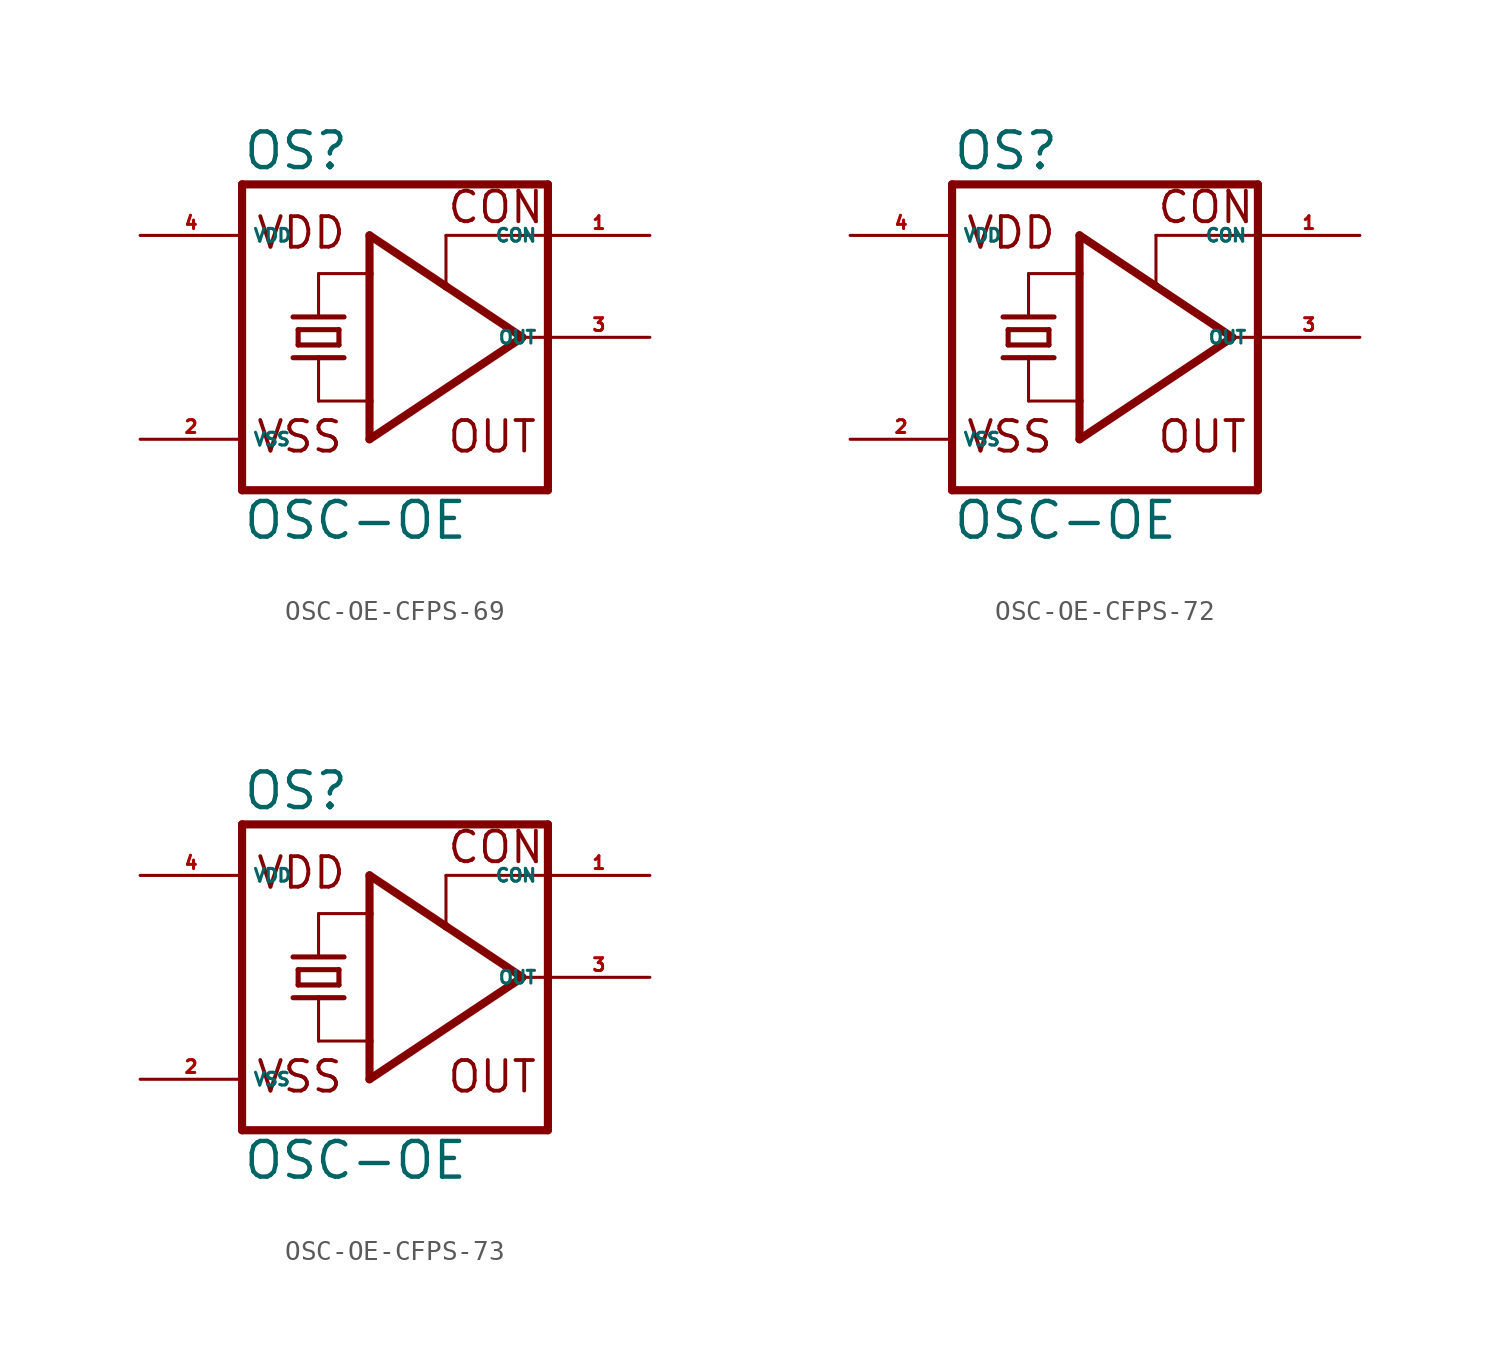
<source format=kicad_sym>
(kicad_symbol_lib
  (version 20220914)
  (generator Eagle2Kicad)
  (symbol "OSC-OE-CFPS-69"
    (property "Reference" "OS"
      (at -7.62 8.255 0)
      (effects (font (size 1.778 1.778) (thickness 0.22)) (justify left bottom)))
    (property "Value" "OSC-OE"
      (at -7.62 -10.16 0)
      (effects (font (size 1.778 1.778) (thickness 0.22)) (justify left bottom)))
    (polyline
      (pts (xy -7.62 7.62) (xy -7.62 -7.62))
      (stroke (width 0.406) (type default))
      (fill (type none)))
    (polyline
      (pts (xy 7.62 -7.62) (xy -7.62 -7.62))
      (stroke (width 0.406) (type default))
      (fill (type none)))
    (polyline
      (pts (xy 7.62 -7.62) (xy 7.62 0))
      (stroke (width 0.406) (type default))
      (fill (type none)))
    (polyline
      (pts (xy 7.62 0) (xy 7.62 5.08))
      (stroke (width 0.406) (type default))
      (fill (type none)))
    (polyline
      (pts (xy 7.62 5.08) (xy 7.62 7.62))
      (stroke (width 0.406) (type default))
      (fill (type none)))
    (polyline
      (pts (xy -7.62 7.62) (xy 7.62 7.62))
      (stroke (width 0.406) (type default))
      (fill (type none)))
    (polyline
      (pts (xy -1.27 5.08) (xy 2.54 2.54))
      (stroke (width 0.406) (type default))
      (fill (type none)))
    (polyline
      (pts (xy 2.54 2.54) (xy 6.35 0))
      (stroke (width 0.406) (type default))
      (fill (type none)))
    (polyline
      (pts (xy 6.35 0) (xy -1.27 -5.08))
      (stroke (width 0.406) (type default))
      (fill (type none)))
    (polyline
      (pts (xy -1.27 -5.08) (xy -1.27 -3.175))
      (stroke (width 0.406) (type default))
      (fill (type none)))
    (polyline
      (pts (xy -1.27 -3.175) (xy -1.27 3.175))
      (stroke (width 0.406) (type default))
      (fill (type none)))
    (polyline
      (pts (xy -1.27 3.175) (xy -1.27 5.08))
      (stroke (width 0.406) (type default))
      (fill (type none)))
    (polyline
      (pts (xy -3.81 3.175) (xy -1.27 3.175))
      (stroke (width 0.152) (type default))
      (fill (type none)))
    (polyline
      (pts (xy -3.81 -3.175) (xy -1.27 -3.175))
      (stroke (width 0.152) (type default))
      (fill (type none)))
    (polyline
      (pts (xy 6.35 0) (xy 7.62 0))
      (stroke (width 0.152) (type default))
      (fill (type none)))
    (polyline
      (pts (xy 7.62 5.08) (xy 2.54 5.08))
      (stroke (width 0.152) (type default))
      (fill (type none)))
    (polyline
      (pts (xy 2.54 5.08) (xy 2.54 2.54))
      (stroke (width 0.152) (type default))
      (fill (type none)))
    (polyline
      (pts (xy -4.826 -0.381) (xy -4.826 0.381))
      (stroke (width 0.254) (type default))
      (fill (type none)))
    (polyline
      (pts (xy -4.826 0.381) (xy -2.794 0.381))
      (stroke (width 0.254) (type default))
      (fill (type none)))
    (polyline
      (pts (xy -2.794 0.381) (xy -2.794 -0.381))
      (stroke (width 0.254) (type default))
      (fill (type none)))
    (polyline
      (pts (xy -4.826 -0.381) (xy -2.794 -0.381))
      (stroke (width 0.254) (type default))
      (fill (type none)))
    (polyline
      (pts (xy -5.08 -1.016) (xy -3.81 -1.016))
      (stroke (width 0.254) (type default))
      (fill (type none)))
    (polyline
      (pts (xy -3.81 -1.016) (xy -2.54 -1.016))
      (stroke (width 0.254) (type default))
      (fill (type none)))
    (polyline
      (pts (xy -3.81 1.016) (xy -3.81 3.175))
      (stroke (width 0.152) (type default))
      (fill (type none)))
    (polyline
      (pts (xy -3.81 -3.175) (xy -3.81 -1.016))
      (stroke (width 0.152) (type default))
      (fill (type none)))
    (polyline
      (pts (xy -5.08 1.016) (xy -2.54 1.016))
      (stroke (width 0.254) (type default))
      (fill (type none)))
    (text "VDD"
      (at -6.985 4.318 0)
      (effects (font (size 1.524 1.524) (thickness 0.19)) (justify left bottom)))
    (text "VSS"
      (at -6.985 -5.842 0)
      (effects (font (size 1.524 1.524) (thickness 0.19)) (justify left bottom)))
    (text "OUT"
      (at 2.54 -5.842 0)
      (effects (font (size 1.524 1.524) (thickness 0.19)) (justify left bottom)))
    (text "CON"
      (at 2.54 5.588 0)
      (effects (font (size 1.524 1.524) (thickness 0.19)) (justify left bottom)))
    (pin unspecified line
      (at -12.7 -5.08 0)
      (length 5.08)
      (name "VSS" (effects (font (size 0.635 0.635) (thickness 0.08)) (justify left bottom)))
      (number "2" (effects (font (size 0.635 0.635) (thickness 0.08)) (justify left bottom))))
    (pin unspecified line
      (at -12.7 5.08 0)
      (length 5.08)
      (name "VDD" (effects (font (size 0.635 0.635) (thickness 0.08)) (justify left bottom)))
      (number "4" (effects (font (size 0.635 0.635) (thickness 0.08)) (justify left bottom))))
    (pin output line
      (at 12.7 0 180)
      (length 5.08)
      (name "OUT" (effects (font (size 0.635 0.635) (thickness 0.08)) (justify left bottom)))
      (number "3" (effects (font (size 0.635 0.635) (thickness 0.08)) (justify left bottom))))
    (pin input line
      (at 12.7 5.08 180)
      (length 5.08)
      (name "CON" (effects (font (size 0.635 0.635) (thickness 0.08)) (justify left bottom)))
      (number "1" (effects (font (size 0.635 0.635) (thickness 0.08)) (justify left bottom)))))
  (symbol "OSC-OE-CFPS-72"
    (property "Reference" "OS"
      (at -7.62 8.255 0)
      (effects (font (size 1.778 1.778) (thickness 0.22)) (justify left bottom)))
    (property "Value" "OSC-OE"
      (at -7.62 -10.16 0)
      (effects (font (size 1.778 1.778) (thickness 0.22)) (justify left bottom)))
    (polyline
      (pts (xy -7.62 7.62) (xy -7.62 -7.62))
      (stroke (width 0.406) (type default))
      (fill (type none)))
    (polyline
      (pts (xy 7.62 -7.62) (xy -7.62 -7.62))
      (stroke (width 0.406) (type default))
      (fill (type none)))
    (polyline
      (pts (xy 7.62 -7.62) (xy 7.62 0))
      (stroke (width 0.406) (type default))
      (fill (type none)))
    (polyline
      (pts (xy 7.62 0) (xy 7.62 5.08))
      (stroke (width 0.406) (type default))
      (fill (type none)))
    (polyline
      (pts (xy 7.62 5.08) (xy 7.62 7.62))
      (stroke (width 0.406) (type default))
      (fill (type none)))
    (polyline
      (pts (xy -7.62 7.62) (xy 7.62 7.62))
      (stroke (width 0.406) (type default))
      (fill (type none)))
    (polyline
      (pts (xy -1.27 5.08) (xy 2.54 2.54))
      (stroke (width 0.406) (type default))
      (fill (type none)))
    (polyline
      (pts (xy 2.54 2.54) (xy 6.35 0))
      (stroke (width 0.406) (type default))
      (fill (type none)))
    (polyline
      (pts (xy 6.35 0) (xy -1.27 -5.08))
      (stroke (width 0.406) (type default))
      (fill (type none)))
    (polyline
      (pts (xy -1.27 -5.08) (xy -1.27 -3.175))
      (stroke (width 0.406) (type default))
      (fill (type none)))
    (polyline
      (pts (xy -1.27 -3.175) (xy -1.27 3.175))
      (stroke (width 0.406) (type default))
      (fill (type none)))
    (polyline
      (pts (xy -1.27 3.175) (xy -1.27 5.08))
      (stroke (width 0.406) (type default))
      (fill (type none)))
    (polyline
      (pts (xy -3.81 3.175) (xy -1.27 3.175))
      (stroke (width 0.152) (type default))
      (fill (type none)))
    (polyline
      (pts (xy -3.81 -3.175) (xy -1.27 -3.175))
      (stroke (width 0.152) (type default))
      (fill (type none)))
    (polyline
      (pts (xy 6.35 0) (xy 7.62 0))
      (stroke (width 0.152) (type default))
      (fill (type none)))
    (polyline
      (pts (xy 7.62 5.08) (xy 2.54 5.08))
      (stroke (width 0.152) (type default))
      (fill (type none)))
    (polyline
      (pts (xy 2.54 5.08) (xy 2.54 2.54))
      (stroke (width 0.152) (type default))
      (fill (type none)))
    (polyline
      (pts (xy -4.826 -0.381) (xy -4.826 0.381))
      (stroke (width 0.254) (type default))
      (fill (type none)))
    (polyline
      (pts (xy -4.826 0.381) (xy -2.794 0.381))
      (stroke (width 0.254) (type default))
      (fill (type none)))
    (polyline
      (pts (xy -2.794 0.381) (xy -2.794 -0.381))
      (stroke (width 0.254) (type default))
      (fill (type none)))
    (polyline
      (pts (xy -4.826 -0.381) (xy -2.794 -0.381))
      (stroke (width 0.254) (type default))
      (fill (type none)))
    (polyline
      (pts (xy -5.08 -1.016) (xy -3.81 -1.016))
      (stroke (width 0.254) (type default))
      (fill (type none)))
    (polyline
      (pts (xy -3.81 -1.016) (xy -2.54 -1.016))
      (stroke (width 0.254) (type default))
      (fill (type none)))
    (polyline
      (pts (xy -3.81 1.016) (xy -3.81 3.175))
      (stroke (width 0.152) (type default))
      (fill (type none)))
    (polyline
      (pts (xy -3.81 -3.175) (xy -3.81 -1.016))
      (stroke (width 0.152) (type default))
      (fill (type none)))
    (polyline
      (pts (xy -5.08 1.016) (xy -2.54 1.016))
      (stroke (width 0.254) (type default))
      (fill (type none)))
    (text "VDD"
      (at -6.985 4.318 0)
      (effects (font (size 1.524 1.524) (thickness 0.19)) (justify left bottom)))
    (text "VSS"
      (at -6.985 -5.842 0)
      (effects (font (size 1.524 1.524) (thickness 0.19)) (justify left bottom)))
    (text "OUT"
      (at 2.54 -5.842 0)
      (effects (font (size 1.524 1.524) (thickness 0.19)) (justify left bottom)))
    (text "CON"
      (at 2.54 5.588 0)
      (effects (font (size 1.524 1.524) (thickness 0.19)) (justify left bottom)))
    (pin unspecified line
      (at -12.7 -5.08 0)
      (length 5.08)
      (name "VSS" (effects (font (size 0.635 0.635) (thickness 0.08)) (justify left bottom)))
      (number "2" (effects (font (size 0.635 0.635) (thickness 0.08)) (justify left bottom))))
    (pin unspecified line
      (at -12.7 5.08 0)
      (length 5.08)
      (name "VDD" (effects (font (size 0.635 0.635) (thickness 0.08)) (justify left bottom)))
      (number "4" (effects (font (size 0.635 0.635) (thickness 0.08)) (justify left bottom))))
    (pin output line
      (at 12.7 0 180)
      (length 5.08)
      (name "OUT" (effects (font (size 0.635 0.635) (thickness 0.08)) (justify left bottom)))
      (number "3" (effects (font (size 0.635 0.635) (thickness 0.08)) (justify left bottom))))
    (pin input line
      (at 12.7 5.08 180)
      (length 5.08)
      (name "CON" (effects (font (size 0.635 0.635) (thickness 0.08)) (justify left bottom)))
      (number "1" (effects (font (size 0.635 0.635) (thickness 0.08)) (justify left bottom)))))
  (symbol "OSC-OE-CFPS-73"
    (property "Reference" "OS"
      (at -7.62 8.255 0)
      (effects (font (size 1.778 1.778) (thickness 0.22)) (justify left bottom)))
    (property "Value" "OSC-OE"
      (at -7.62 -10.16 0)
      (effects (font (size 1.778 1.778) (thickness 0.22)) (justify left bottom)))
    (polyline
      (pts (xy -7.62 7.62) (xy -7.62 -7.62))
      (stroke (width 0.406) (type default))
      (fill (type none)))
    (polyline
      (pts (xy 7.62 -7.62) (xy -7.62 -7.62))
      (stroke (width 0.406) (type default))
      (fill (type none)))
    (polyline
      (pts (xy 7.62 -7.62) (xy 7.62 0))
      (stroke (width 0.406) (type default))
      (fill (type none)))
    (polyline
      (pts (xy 7.62 0) (xy 7.62 5.08))
      (stroke (width 0.406) (type default))
      (fill (type none)))
    (polyline
      (pts (xy 7.62 5.08) (xy 7.62 7.62))
      (stroke (width 0.406) (type default))
      (fill (type none)))
    (polyline
      (pts (xy -7.62 7.62) (xy 7.62 7.62))
      (stroke (width 0.406) (type default))
      (fill (type none)))
    (polyline
      (pts (xy -1.27 5.08) (xy 2.54 2.54))
      (stroke (width 0.406) (type default))
      (fill (type none)))
    (polyline
      (pts (xy 2.54 2.54) (xy 6.35 0))
      (stroke (width 0.406) (type default))
      (fill (type none)))
    (polyline
      (pts (xy 6.35 0) (xy -1.27 -5.08))
      (stroke (width 0.406) (type default))
      (fill (type none)))
    (polyline
      (pts (xy -1.27 -5.08) (xy -1.27 -3.175))
      (stroke (width 0.406) (type default))
      (fill (type none)))
    (polyline
      (pts (xy -1.27 -3.175) (xy -1.27 3.175))
      (stroke (width 0.406) (type default))
      (fill (type none)))
    (polyline
      (pts (xy -1.27 3.175) (xy -1.27 5.08))
      (stroke (width 0.406) (type default))
      (fill (type none)))
    (polyline
      (pts (xy -3.81 3.175) (xy -1.27 3.175))
      (stroke (width 0.152) (type default))
      (fill (type none)))
    (polyline
      (pts (xy -3.81 -3.175) (xy -1.27 -3.175))
      (stroke (width 0.152) (type default))
      (fill (type none)))
    (polyline
      (pts (xy 6.35 0) (xy 7.62 0))
      (stroke (width 0.152) (type default))
      (fill (type none)))
    (polyline
      (pts (xy 7.62 5.08) (xy 2.54 5.08))
      (stroke (width 0.152) (type default))
      (fill (type none)))
    (polyline
      (pts (xy 2.54 5.08) (xy 2.54 2.54))
      (stroke (width 0.152) (type default))
      (fill (type none)))
    (polyline
      (pts (xy -4.826 -0.381) (xy -4.826 0.381))
      (stroke (width 0.254) (type default))
      (fill (type none)))
    (polyline
      (pts (xy -4.826 0.381) (xy -2.794 0.381))
      (stroke (width 0.254) (type default))
      (fill (type none)))
    (polyline
      (pts (xy -2.794 0.381) (xy -2.794 -0.381))
      (stroke (width 0.254) (type default))
      (fill (type none)))
    (polyline
      (pts (xy -4.826 -0.381) (xy -2.794 -0.381))
      (stroke (width 0.254) (type default))
      (fill (type none)))
    (polyline
      (pts (xy -5.08 -1.016) (xy -3.81 -1.016))
      (stroke (width 0.254) (type default))
      (fill (type none)))
    (polyline
      (pts (xy -3.81 -1.016) (xy -2.54 -1.016))
      (stroke (width 0.254) (type default))
      (fill (type none)))
    (polyline
      (pts (xy -3.81 1.016) (xy -3.81 3.175))
      (stroke (width 0.152) (type default))
      (fill (type none)))
    (polyline
      (pts (xy -3.81 -3.175) (xy -3.81 -1.016))
      (stroke (width 0.152) (type default))
      (fill (type none)))
    (polyline
      (pts (xy -5.08 1.016) (xy -2.54 1.016))
      (stroke (width 0.254) (type default))
      (fill (type none)))
    (text "VDD"
      (at -6.985 4.318 0)
      (effects (font (size 1.524 1.524) (thickness 0.19)) (justify left bottom)))
    (text "VSS"
      (at -6.985 -5.842 0)
      (effects (font (size 1.524 1.524) (thickness 0.19)) (justify left bottom)))
    (text "OUT"
      (at 2.54 -5.842 0)
      (effects (font (size 1.524 1.524) (thickness 0.19)) (justify left bottom)))
    (text "CON"
      (at 2.54 5.588 0)
      (effects (font (size 1.524 1.524) (thickness 0.19)) (justify left bottom)))
    (pin unspecified line
      (at -12.7 -5.08 0)
      (length 5.08)
      (name "VSS" (effects (font (size 0.635 0.635) (thickness 0.08)) (justify left bottom)))
      (number "2" (effects (font (size 0.635 0.635) (thickness 0.08)) (justify left bottom))))
    (pin unspecified line
      (at -12.7 5.08 0)
      (length 5.08)
      (name "VDD" (effects (font (size 0.635 0.635) (thickness 0.08)) (justify left bottom)))
      (number "4" (effects (font (size 0.635 0.635) (thickness 0.08)) (justify left bottom))))
    (pin output line
      (at 12.7 0 180)
      (length 5.08)
      (name "OUT" (effects (font (size 0.635 0.635) (thickness 0.08)) (justify left bottom)))
      (number "3" (effects (font (size 0.635 0.635) (thickness 0.08)) (justify left bottom))))
    (pin input line
      (at 12.7 5.08 180)
      (length 5.08)
      (name "CON" (effects (font (size 0.635 0.635) (thickness 0.08)) (justify left bottom)))
      (number "1" (effects (font (size 0.635 0.635) (thickness 0.08)) (justify left bottom))))))
</source>
